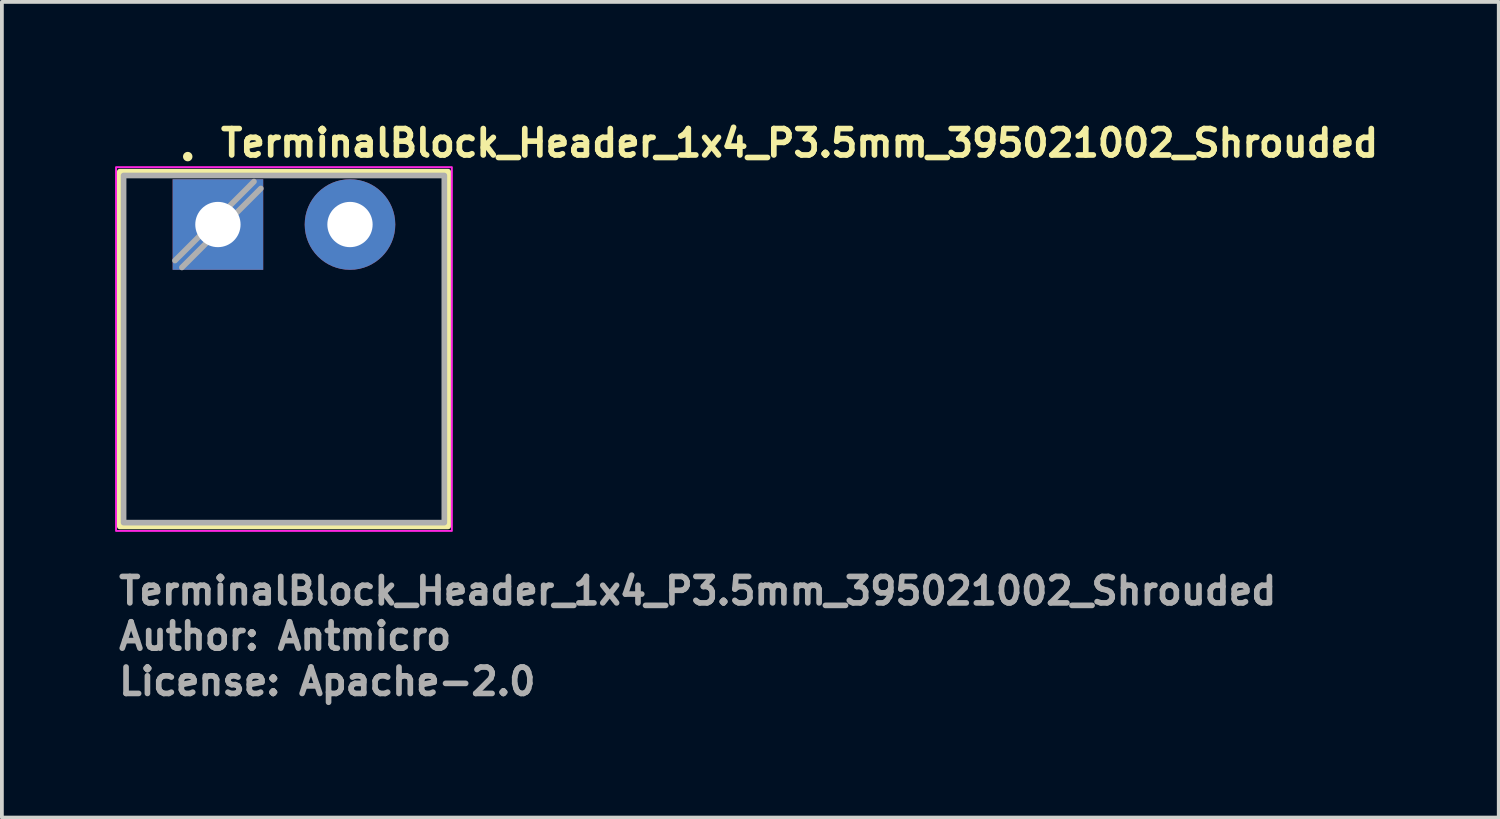
<source format=kicad_pcb>
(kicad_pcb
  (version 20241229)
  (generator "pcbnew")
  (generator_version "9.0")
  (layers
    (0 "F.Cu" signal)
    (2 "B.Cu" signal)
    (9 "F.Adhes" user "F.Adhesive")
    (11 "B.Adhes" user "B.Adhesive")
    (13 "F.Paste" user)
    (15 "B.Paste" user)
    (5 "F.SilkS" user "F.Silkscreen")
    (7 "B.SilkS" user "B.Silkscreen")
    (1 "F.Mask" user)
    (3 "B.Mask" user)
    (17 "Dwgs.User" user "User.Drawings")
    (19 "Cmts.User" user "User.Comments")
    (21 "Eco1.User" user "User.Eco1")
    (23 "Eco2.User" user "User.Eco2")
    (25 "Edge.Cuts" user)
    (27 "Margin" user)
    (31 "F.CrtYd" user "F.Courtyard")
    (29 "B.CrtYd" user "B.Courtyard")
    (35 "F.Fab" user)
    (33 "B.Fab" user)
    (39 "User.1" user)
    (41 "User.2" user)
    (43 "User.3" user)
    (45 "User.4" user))
  (footprint "TerminalBlock_Header_1x4_P3.5mm_395021002_Shrouded"
    (layer "F.Cu")
    (at 2.725 2.9)
    (property "Reference" "TerminalBlock_Header_1x4_P3.5mm_395021002_Shrouded" (at 0 -1.75 0) (layer "F.SilkS") (effects (font (size 0.7 0.7) (thickness 0.15)) (justify left bottom)))
    (attr through_hole)
    (fp_rect (start -2.6 -1.4) (end 6.1 8) (stroke (width 0.15) (type solid)) (fill no) (layer "F.SilkS"))
    (fp_circle (center -0.8 -1.8) (end -0.75 -1.8) (stroke (width 0.15) (type solid)) (fill yes) (layer "F.SilkS"))
    (fp_rect (start -2.7 -1.52) (end 6.2 8.12) (stroke (width 0.05) (type solid)) (fill no) (layer "F.CrtYd"))
    (fp_line (start 0.955 -1.138) (end -1.138 0.955) (stroke (width 0.15) (type solid)) (layer "F.Fab"))
    (fp_line (start 1.138 -0.955) (end -0.955 1.138) (stroke (width 0.15) (type solid)) (layer "F.Fab"))
    (fp_rect (start -2.5 -1.3) (end 6 7.9) (stroke (width 0.15) (type solid)) (fill no) (layer "F.Fab"))
    (fp_rect (start -2.454 -1.272) (end 5.954 7.872) (stroke (width 0.1) (type solid)) (fill no) (layer "User.5"))
    (fp_line (start -2.454 7.872) (end -2.454 -1.272) (stroke (width 0.02) (type solid)) (layer "User.9"))
    (fp_line (start 5.954 -1.272) (end -2.454 -1.272) (stroke (width 0.02) (type solid)) (layer "User.9"))
    (fp_line (start 5.954 7.872) (end -2.454 7.872) (stroke (width 0.02) (type solid)) (layer "User.9"))
    (fp_line (start 5.954 7.872) (end 5.954 -1.272) (stroke (width 0.02) (type solid)) (layer "User.9"))
    (fp_text user "Author: Antmicro" (at -2.7 11.32 0) (layer "F.Fab") (effects (font (size 0.7 0.7) (thickness 0.15)) (justify left bottom)))
    (fp_text user "${REFERENCE}" (at -2.7 10.12 0) (layer "F.Fab") (effects (font (size 0.7 0.7) (thickness 0.15)) (justify left bottom)))
    (fp_text user "License: Apache-2.0" (at -2.7 12.52 0) (layer "F.Fab") (effects (font (size 0.7 0.7) (thickness 0.15)) (justify left bottom)))
    (pad "1" thru_hole rect (at 0 0) (size 2.4 2.4) (drill 1.2) (layers "*.Cu" "*.Mask"))
    (pad "2" thru_hole circle (at 3.5 0) (size 2.4 2.4) (drill 1.2) (layers "*.Cu" "*.Mask")))
  (gr_rect
    (start -3 -3)
    (end 36.668 18.616)
    (stroke (width 0.1) (type default))
    (fill no)
    (layer "Edge.Cuts")))
</source>
